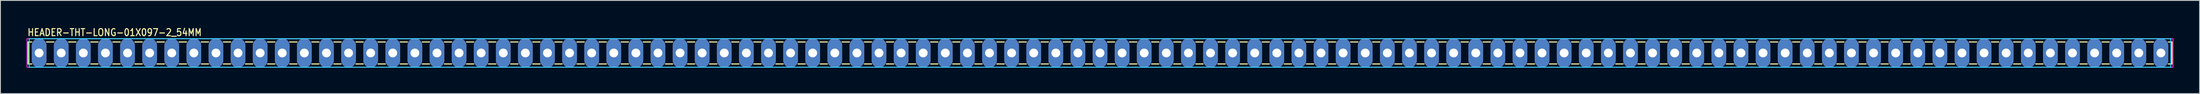
<source format=kicad_pcb>
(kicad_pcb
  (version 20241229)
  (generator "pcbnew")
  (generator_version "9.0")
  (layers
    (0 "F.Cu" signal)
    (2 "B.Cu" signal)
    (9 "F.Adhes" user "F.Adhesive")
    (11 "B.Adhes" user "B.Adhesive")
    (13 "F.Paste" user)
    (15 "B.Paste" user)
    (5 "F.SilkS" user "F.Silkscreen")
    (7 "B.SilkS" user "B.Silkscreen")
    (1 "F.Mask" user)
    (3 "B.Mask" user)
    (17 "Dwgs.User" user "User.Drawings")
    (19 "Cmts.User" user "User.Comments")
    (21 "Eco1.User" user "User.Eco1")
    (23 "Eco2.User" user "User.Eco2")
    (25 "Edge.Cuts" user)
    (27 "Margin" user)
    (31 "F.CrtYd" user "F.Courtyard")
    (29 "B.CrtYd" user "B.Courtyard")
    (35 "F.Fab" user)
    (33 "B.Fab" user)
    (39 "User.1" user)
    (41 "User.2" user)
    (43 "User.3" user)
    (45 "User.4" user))
  (footprint "HEADER-THT-LONG-01X097-2_54MM"
    (layer "F.Cu")
    (at 1.447 3.079)
    (property "Reference" "HEADER-THT-LONG-01X097-2_54MM" (at -1.4 -1.9 0) (unlocked yes) (layer "F.SilkS") (effects (font (size 0.813 0.695) (thickness 0.122)) (justify left bottom)))
    (fp_line (start -1.27 -1.27) (end -1.27 1.27) (stroke (width 0.127) (type solid)) (layer "F.SilkS"))
    (fp_line (start -1.27 1.27) (end -0.85 1.27) (stroke (width 0.127) (type solid)) (layer "F.SilkS"))
    (fp_line (start -0.85 -1.27) (end -1.27 -1.27) (stroke (width 0.127) (type solid)) (layer "F.SilkS"))
    (fp_line (start 0.85 -1.27) (end 1.69 -1.27) (stroke (width 0.127) (type solid)) (layer "F.SilkS"))
    (fp_line (start 0.85 1.27) (end 1.69 1.27) (stroke (width 0.127) (type solid)) (layer "F.SilkS"))
    (fp_line (start 3.39 -1.27) (end 4.23 -1.27) (stroke (width 0.127) (type solid)) (layer "F.SilkS"))
    (fp_line (start 3.39 1.27) (end 4.23 1.27) (stroke (width 0.127) (type solid)) (layer "F.SilkS"))
    (fp_line (start 5.93 -1.27) (end 6.77 -1.27) (stroke (width 0.127) (type solid)) (layer "F.SilkS"))
    (fp_line (start 5.93 1.27) (end 6.77 1.27) (stroke (width 0.127) (type solid)) (layer "F.SilkS"))
    (fp_line (start 8.47 -1.27) (end 9.31 -1.27) (stroke (width 0.127) (type solid)) (layer "F.SilkS"))
    (fp_line (start 8.47 1.27) (end 9.31 1.27) (stroke (width 0.127) (type solid)) (layer "F.SilkS"))
    (fp_line (start 11.01 -1.27) (end 11.85 -1.27) (stroke (width 0.127) (type solid)) (layer "F.SilkS"))
    (fp_line (start 11.01 1.27) (end 11.85 1.27) (stroke (width 0.127) (type solid)) (layer "F.SilkS"))
    (fp_line (start 13.55 -1.27) (end 14.39 -1.27) (stroke (width 0.127) (type solid)) (layer "F.SilkS"))
    (fp_line (start 13.55 1.27) (end 14.39 1.27) (stroke (width 0.127) (type solid)) (layer "F.SilkS"))
    (fp_line (start 16.09 -1.27) (end 16.93 -1.27) (stroke (width 0.127) (type solid)) (layer "F.SilkS"))
    (fp_line (start 16.09 1.27) (end 16.93 1.27) (stroke (width 0.127) (type solid)) (layer "F.SilkS"))
    (fp_line (start 18.63 -1.27) (end 19.47 -1.27) (stroke (width 0.127) (type solid)) (layer "F.SilkS"))
    (fp_line (start 18.63 1.27) (end 19.47 1.27) (stroke (width 0.127) (type solid)) (layer "F.SilkS"))
    (fp_line (start 21.17 -1.27) (end 22.01 -1.27) (stroke (width 0.127) (type solid)) (layer "F.SilkS"))
    (fp_line (start 21.17 1.27) (end 22.01 1.27) (stroke (width 0.127) (type solid)) (layer "F.SilkS"))
    (fp_line (start 23.71 -1.27) (end 24.55 -1.27) (stroke (width 0.127) (type solid)) (layer "F.SilkS"))
    (fp_line (start 23.71 1.27) (end 24.55 1.27) (stroke (width 0.127) (type solid)) (layer "F.SilkS"))
    (fp_line (start 26.25 -1.27) (end 27.09 -1.27) (stroke (width 0.127) (type solid)) (layer "F.SilkS"))
    (fp_line (start 26.25 1.27) (end 27.09 1.27) (stroke (width 0.127) (type solid)) (layer "F.SilkS"))
    (fp_line (start 28.79 -1.27) (end 29.63 -1.27) (stroke (width 0.127) (type solid)) (layer "F.SilkS"))
    (fp_line (start 28.79 1.27) (end 29.63 1.27) (stroke (width 0.127) (type solid)) (layer "F.SilkS"))
    (fp_line (start 31.33 -1.27) (end 32.17 -1.27) (stroke (width 0.127) (type solid)) (layer "F.SilkS"))
    (fp_line (start 31.33 1.27) (end 32.17 1.27) (stroke (width 0.127) (type solid)) (layer "F.SilkS"))
    (fp_line (start 33.87 -1.27) (end 34.71 -1.27) (stroke (width 0.127) (type solid)) (layer "F.SilkS"))
    (fp_line (start 33.87 1.27) (end 34.71 1.27) (stroke (width 0.127) (type solid)) (layer "F.SilkS"))
    (fp_line (start 36.41 -1.27) (end 37.25 -1.27) (stroke (width 0.127) (type solid)) (layer "F.SilkS"))
    (fp_line (start 36.41 1.27) (end 37.25 1.27) (stroke (width 0.127) (type solid)) (layer "F.SilkS"))
    (fp_line (start 38.95 -1.27) (end 39.79 -1.27) (stroke (width 0.127) (type solid)) (layer "F.SilkS"))
    (fp_line (start 38.95 1.27) (end 39.79 1.27) (stroke (width 0.127) (type solid)) (layer "F.SilkS"))
    (fp_line (start 41.49 -1.27) (end 42.33 -1.27) (stroke (width 0.127) (type solid)) (layer "F.SilkS"))
    (fp_line (start 41.49 1.27) (end 42.33 1.27) (stroke (width 0.127) (type solid)) (layer "F.SilkS"))
    (fp_line (start 44.03 -1.27) (end 44.87 -1.27) (stroke (width 0.127) (type solid)) (layer "F.SilkS"))
    (fp_line (start 44.03 1.27) (end 44.87 1.27) (stroke (width 0.127) (type solid)) (layer "F.SilkS"))
    (fp_line (start 46.57 -1.27) (end 47.41 -1.27) (stroke (width 0.127) (type solid)) (layer "F.SilkS"))
    (fp_line (start 46.57 1.27) (end 47.41 1.27) (stroke (width 0.127) (type solid)) (layer "F.SilkS"))
    (fp_line (start 49.11 -1.27) (end 49.95 -1.27) (stroke (width 0.127) (type solid)) (layer "F.SilkS"))
    (fp_line (start 49.11 1.27) (end 49.95 1.27) (stroke (width 0.127) (type solid)) (layer "F.SilkS"))
    (fp_line (start 51.65 -1.27) (end 52.49 -1.27) (stroke (width 0.127) (type solid)) (layer "F.SilkS"))
    (fp_line (start 51.65 1.27) (end 52.49 1.27) (stroke (width 0.127) (type solid)) (layer "F.SilkS"))
    (fp_line (start 54.19 -1.27) (end 55.03 -1.27) (stroke (width 0.127) (type solid)) (layer "F.SilkS"))
    (fp_line (start 54.19 1.27) (end 55.03 1.27) (stroke (width 0.127) (type solid)) (layer "F.SilkS"))
    (fp_line (start 56.73 -1.27) (end 57.57 -1.27) (stroke (width 0.127) (type solid)) (layer "F.SilkS"))
    (fp_line (start 56.73 1.27) (end 57.57 1.27) (stroke (width 0.127) (type solid)) (layer "F.SilkS"))
    (fp_line (start 59.27 -1.27) (end 60.11 -1.27) (stroke (width 0.127) (type solid)) (layer "F.SilkS"))
    (fp_line (start 59.27 1.27) (end 60.11 1.27) (stroke (width 0.127) (type solid)) (layer "F.SilkS"))
    (fp_line (start 61.81 -1.27) (end 62.65 -1.27) (stroke (width 0.127) (type solid)) (layer "F.SilkS"))
    (fp_line (start 61.81 1.27) (end 62.65 1.27) (stroke (width 0.127) (type solid)) (layer "F.SilkS"))
    (fp_line (start 64.35 -1.27) (end 65.19 -1.27) (stroke (width 0.127) (type solid)) (layer "F.SilkS"))
    (fp_line (start 64.35 1.27) (end 65.19 1.27) (stroke (width 0.127) (type solid)) (layer "F.SilkS"))
    (fp_line (start 66.89 -1.27) (end 67.73 -1.27) (stroke (width 0.127) (type solid)) (layer "F.SilkS"))
    (fp_line (start 66.89 1.27) (end 67.73 1.27) (stroke (width 0.127) (type solid)) (layer "F.SilkS"))
    (fp_line (start 69.43 -1.27) (end 70.27 -1.27) (stroke (width 0.127) (type solid)) (layer "F.SilkS"))
    (fp_line (start 69.43 1.27) (end 70.27 1.27) (stroke (width 0.127) (type solid)) (layer "F.SilkS"))
    (fp_line (start 71.97 -1.27) (end 72.81 -1.27) (stroke (width 0.127) (type solid)) (layer "F.SilkS"))
    (fp_line (start 71.97 1.27) (end 72.81 1.27) (stroke (width 0.127) (type solid)) (layer "F.SilkS"))
    (fp_line (start 74.51 -1.27) (end 75.35 -1.27) (stroke (width 0.127) (type solid)) (layer "F.SilkS"))
    (fp_line (start 74.51 1.27) (end 75.35 1.27) (stroke (width 0.127) (type solid)) (layer "F.SilkS"))
    (fp_line (start 77.05 -1.27) (end 77.89 -1.27) (stroke (width 0.127) (type solid)) (layer "F.SilkS"))
    (fp_line (start 77.05 1.27) (end 77.89 1.27) (stroke (width 0.127) (type solid)) (layer "F.SilkS"))
    (fp_line (start 79.59 -1.27) (end 80.43 -1.27) (stroke (width 0.127) (type solid)) (layer "F.SilkS"))
    (fp_line (start 79.59 1.27) (end 80.43 1.27) (stroke (width 0.127) (type solid)) (layer "F.SilkS"))
    (fp_line (start 82.13 -1.27) (end 82.97 -1.27) (stroke (width 0.127) (type solid)) (layer "F.SilkS"))
    (fp_line (start 82.13 1.27) (end 82.97 1.27) (stroke (width 0.127) (type solid)) (layer "F.SilkS"))
    (fp_line (start 84.67 -1.27) (end 85.51 -1.27) (stroke (width 0.127) (type solid)) (layer "F.SilkS"))
    (fp_line (start 84.67 1.27) (end 85.51 1.27) (stroke (width 0.127) (type solid)) (layer "F.SilkS"))
    (fp_line (start 87.21 -1.27) (end 88.05 -1.27) (stroke (width 0.127) (type solid)) (layer "F.SilkS"))
    (fp_line (start 87.21 1.27) (end 88.05 1.27) (stroke (width 0.127) (type solid)) (layer "F.SilkS"))
    (fp_line (start 89.75 -1.27) (end 90.59 -1.27) (stroke (width 0.127) (type solid)) (layer "F.SilkS"))
    (fp_line (start 89.75 1.27) (end 90.59 1.27) (stroke (width 0.127) (type solid)) (layer "F.SilkS"))
    (fp_line (start 92.29 -1.27) (end 93.13 -1.27) (stroke (width 0.127) (type solid)) (layer "F.SilkS"))
    (fp_line (start 92.29 1.27) (end 93.13 1.27) (stroke (width 0.127) (type solid)) (layer "F.SilkS"))
    (fp_line (start 94.83 -1.27) (end 95.67 -1.27) (stroke (width 0.127) (type solid)) (layer "F.SilkS"))
    (fp_line (start 94.83 1.27) (end 95.67 1.27) (stroke (width 0.127) (type solid)) (layer "F.SilkS"))
    (fp_line (start 97.37 -1.27) (end 98.21 -1.27) (stroke (width 0.127) (type solid)) (layer "F.SilkS"))
    (fp_line (start 97.37 1.27) (end 98.21 1.27) (stroke (width 0.127) (type solid)) (layer "F.SilkS"))
    (fp_line (start 99.91 -1.27) (end 100.75 -1.27) (stroke (width 0.127) (type solid)) (layer "F.SilkS"))
    (fp_line (start 99.91 1.27) (end 100.75 1.27) (stroke (width 0.127) (type solid)) (layer "F.SilkS"))
    (fp_line (start 102.45 -1.27) (end 103.29 -1.27) (stroke (width 0.127) (type solid)) (layer "F.SilkS"))
    (fp_line (start 102.45 1.27) (end 103.29 1.27) (stroke (width 0.127) (type solid)) (layer "F.SilkS"))
    (fp_line (start 104.99 -1.27) (end 105.83 -1.27) (stroke (width 0.127) (type solid)) (layer "F.SilkS"))
    (fp_line (start 104.99 1.27) (end 105.83 1.27) (stroke (width 0.127) (type solid)) (layer "F.SilkS"))
    (fp_line (start 107.53 -1.27) (end 108.37 -1.27) (stroke (width 0.127) (type solid)) (layer "F.SilkS"))
    (fp_line (start 107.53 1.27) (end 108.37 1.27) (stroke (width 0.127) (type solid)) (layer "F.SilkS"))
    (fp_line (start 110.07 -1.27) (end 110.91 -1.27) (stroke (width 0.127) (type solid)) (layer "F.SilkS"))
    (fp_line (start 110.07 1.27) (end 110.91 1.27) (stroke (width 0.127) (type solid)) (layer "F.SilkS"))
    (fp_line (start 112.61 -1.27) (end 113.45 -1.27) (stroke (width 0.127) (type solid)) (layer "F.SilkS"))
    (fp_line (start 112.61 1.27) (end 113.45 1.27) (stroke (width 0.127) (type solid)) (layer "F.SilkS"))
    (fp_line (start 115.15 -1.27) (end 115.99 -1.27) (stroke (width 0.127) (type solid)) (layer "F.SilkS"))
    (fp_line (start 115.15 1.27) (end 115.99 1.27) (stroke (width 0.127) (type solid)) (layer "F.SilkS"))
    (fp_line (start 117.69 -1.27) (end 118.53 -1.27) (stroke (width 0.127) (type solid)) (layer "F.SilkS"))
    (fp_line (start 117.69 1.27) (end 118.53 1.27) (stroke (width 0.127) (type solid)) (layer "F.SilkS"))
    (fp_line (start 120.23 -1.27) (end 121.07 -1.27) (stroke (width 0.127) (type solid)) (layer "F.SilkS"))
    (fp_line (start 120.23 1.27) (end 121.07 1.27) (stroke (width 0.127) (type solid)) (layer "F.SilkS"))
    (fp_line (start 122.77 -1.27) (end 123.61 -1.27) (stroke (width 0.127) (type solid)) (layer "F.SilkS"))
    (fp_line (start 122.77 1.27) (end 123.61 1.27) (stroke (width 0.127) (type solid)) (layer "F.SilkS"))
    (fp_line (start 125.31 -1.27) (end 126.15 -1.27) (stroke (width 0.127) (type solid)) (layer "F.SilkS"))
    (fp_line (start 125.31 1.27) (end 126.15 1.27) (stroke (width 0.127) (type solid)) (layer "F.SilkS"))
    (fp_line (start 127.85 -1.27) (end 128.69 -1.27) (stroke (width 0.127) (type solid)) (layer "F.SilkS"))
    (fp_line (start 127.85 1.27) (end 128.69 1.27) (stroke (width 0.127) (type solid)) (layer "F.SilkS"))
    (fp_line (start 130.39 -1.27) (end 131.23 -1.27) (stroke (width 0.127) (type solid)) (layer "F.SilkS"))
    (fp_line (start 130.39 1.27) (end 131.23 1.27) (stroke (width 0.127) (type solid)) (layer "F.SilkS"))
    (fp_line (start 132.93 -1.27) (end 133.77 -1.27) (stroke (width 0.127) (type solid)) (layer "F.SilkS"))
    (fp_line (start 132.93 1.27) (end 133.77 1.27) (stroke (width 0.127) (type solid)) (layer "F.SilkS"))
    (fp_line (start 135.47 -1.27) (end 136.31 -1.27) (stroke (width 0.127) (type solid)) (layer "F.SilkS"))
    (fp_line (start 135.47 1.27) (end 136.31 1.27) (stroke (width 0.127) (type solid)) (layer "F.SilkS"))
    (fp_line (start 138.01 -1.27) (end 138.85 -1.27) (stroke (width 0.127) (type solid)) (layer "F.SilkS"))
    (fp_line (start 138.01 1.27) (end 138.85 1.27) (stroke (width 0.127) (type solid)) (layer "F.SilkS"))
    (fp_line (start 140.55 -1.27) (end 141.39 -1.27) (stroke (width 0.127) (type solid)) (layer "F.SilkS"))
    (fp_line (start 140.55 1.27) (end 141.39 1.27) (stroke (width 0.127) (type solid)) (layer "F.SilkS"))
    (fp_line (start 143.09 -1.27) (end 143.93 -1.27) (stroke (width 0.127) (type solid)) (layer "F.SilkS"))
    (fp_line (start 143.09 1.27) (end 143.93 1.27) (stroke (width 0.127) (type solid)) (layer "F.SilkS"))
    (fp_line (start 145.63 -1.27) (end 146.47 -1.27) (stroke (width 0.127) (type solid)) (layer "F.SilkS"))
    (fp_line (start 145.63 1.27) (end 146.47 1.27) (stroke (width 0.127) (type solid)) (layer "F.SilkS"))
    (fp_line (start 148.17 -1.27) (end 149.01 -1.27) (stroke (width 0.127) (type solid)) (layer "F.SilkS"))
    (fp_line (start 148.17 1.27) (end 149.01 1.27) (stroke (width 0.127) (type solid)) (layer "F.SilkS"))
    (fp_line (start 150.71 -1.27) (end 151.55 -1.27) (stroke (width 0.127) (type solid)) (layer "F.SilkS"))
    (fp_line (start 150.71 1.27) (end 151.55 1.27) (stroke (width 0.127) (type solid)) (layer "F.SilkS"))
    (fp_line (start 153.25 -1.27) (end 154.09 -1.27) (stroke (width 0.127) (type solid)) (layer "F.SilkS"))
    (fp_line (start 153.25 1.27) (end 154.09 1.27) (stroke (width 0.127) (type solid)) (layer "F.SilkS"))
    (fp_line (start 155.79 -1.27) (end 156.63 -1.27) (stroke (width 0.127) (type solid)) (layer "F.SilkS"))
    (fp_line (start 155.79 1.27) (end 156.63 1.27) (stroke (width 0.127) (type solid)) (layer "F.SilkS"))
    (fp_line (start 158.33 -1.27) (end 159.17 -1.27) (stroke (width 0.127) (type solid)) (layer "F.SilkS"))
    (fp_line (start 158.33 1.27) (end 159.17 1.27) (stroke (width 0.127) (type solid)) (layer "F.SilkS"))
    (fp_line (start 160.87 -1.27) (end 161.71 -1.27) (stroke (width 0.127) (type solid)) (layer "F.SilkS"))
    (fp_line (start 160.87 1.27) (end 161.71 1.27) (stroke (width 0.127) (type solid)) (layer "F.SilkS"))
    (fp_line (start 163.41 -1.27) (end 164.25 -1.27) (stroke (width 0.127) (type solid)) (layer "F.SilkS"))
    (fp_line (start 163.41 1.27) (end 164.25 1.27) (stroke (width 0.127) (type solid)) (layer "F.SilkS"))
    (fp_line (start 165.95 -1.27) (end 166.79 -1.27) (stroke (width 0.127) (type solid)) (layer "F.SilkS"))
    (fp_line (start 165.95 1.27) (end 166.79 1.27) (stroke (width 0.127) (type solid)) (layer "F.SilkS"))
    (fp_line (start 168.49 -1.27) (end 169.33 -1.27) (stroke (width 0.127) (type solid)) (layer "F.SilkS"))
    (fp_line (start 168.49 1.27) (end 169.33 1.27) (stroke (width 0.127) (type solid)) (layer "F.SilkS"))
    (fp_line (start 171.03 -1.27) (end 171.87 -1.27) (stroke (width 0.127) (type solid)) (layer "F.SilkS"))
    (fp_line (start 171.03 1.27) (end 171.87 1.27) (stroke (width 0.127) (type solid)) (layer "F.SilkS"))
    (fp_line (start 173.57 -1.27) (end 174.41 -1.27) (stroke (width 0.127) (type solid)) (layer "F.SilkS"))
    (fp_line (start 173.57 1.27) (end 174.41 1.27) (stroke (width 0.127) (type solid)) (layer "F.SilkS"))
    (fp_line (start 176.11 -1.27) (end 176.95 -1.27) (stroke (width 0.127) (type solid)) (layer "F.SilkS"))
    (fp_line (start 176.11 1.27) (end 176.95 1.27) (stroke (width 0.127) (type solid)) (layer "F.SilkS"))
    (fp_line (start 178.65 -1.27) (end 179.49 -1.27) (stroke (width 0.127) (type solid)) (layer "F.SilkS"))
    (fp_line (start 178.65 1.27) (end 179.49 1.27) (stroke (width 0.127) (type solid)) (layer "F.SilkS"))
    (fp_line (start 181.19 -1.27) (end 182.03 -1.27) (stroke (width 0.127) (type solid)) (layer "F.SilkS"))
    (fp_line (start 181.19 1.27) (end 182.03 1.27) (stroke (width 0.127) (type solid)) (layer "F.SilkS"))
    (fp_line (start 183.73 -1.27) (end 184.57 -1.27) (stroke (width 0.127) (type solid)) (layer "F.SilkS"))
    (fp_line (start 183.73 1.27) (end 184.57 1.27) (stroke (width 0.127) (type solid)) (layer "F.SilkS"))
    (fp_line (start 186.27 -1.27) (end 187.11 -1.27) (stroke (width 0.127) (type solid)) (layer "F.SilkS"))
    (fp_line (start 186.27 1.27) (end 187.11 1.27) (stroke (width 0.127) (type solid)) (layer "F.SilkS"))
    (fp_line (start 188.81 -1.27) (end 189.65 -1.27) (stroke (width 0.127) (type solid)) (layer "F.SilkS"))
    (fp_line (start 188.81 1.27) (end 189.65 1.27) (stroke (width 0.127) (type solid)) (layer "F.SilkS"))
    (fp_line (start 191.35 -1.27) (end 192.19 -1.27) (stroke (width 0.127) (type solid)) (layer "F.SilkS"))
    (fp_line (start 191.35 1.27) (end 192.19 1.27) (stroke (width 0.127) (type solid)) (layer "F.SilkS"))
    (fp_line (start 193.89 -1.27) (end 194.73 -1.27) (stroke (width 0.127) (type solid)) (layer "F.SilkS"))
    (fp_line (start 193.89 1.27) (end 194.73 1.27) (stroke (width 0.127) (type solid)) (layer "F.SilkS"))
    (fp_line (start 196.43 -1.27) (end 197.27 -1.27) (stroke (width 0.127) (type solid)) (layer "F.SilkS"))
    (fp_line (start 196.43 1.27) (end 197.27 1.27) (stroke (width 0.127) (type solid)) (layer "F.SilkS"))
    (fp_line (start 198.97 -1.27) (end 199.81 -1.27) (stroke (width 0.127) (type solid)) (layer "F.SilkS"))
    (fp_line (start 198.97 1.27) (end 199.81 1.27) (stroke (width 0.127) (type solid)) (layer "F.SilkS"))
    (fp_line (start 201.51 -1.27) (end 202.35 -1.27) (stroke (width 0.127) (type solid)) (layer "F.SilkS"))
    (fp_line (start 201.51 1.27) (end 202.35 1.27) (stroke (width 0.127) (type solid)) (layer "F.SilkS"))
    (fp_line (start 204.05 -1.27) (end 204.89 -1.27) (stroke (width 0.127) (type solid)) (layer "F.SilkS"))
    (fp_line (start 204.05 1.27) (end 204.89 1.27) (stroke (width 0.127) (type solid)) (layer "F.SilkS"))
    (fp_line (start 206.59 -1.27) (end 207.43 -1.27) (stroke (width 0.127) (type solid)) (layer "F.SilkS"))
    (fp_line (start 206.59 1.27) (end 207.43 1.27) (stroke (width 0.127) (type solid)) (layer "F.SilkS"))
    (fp_line (start 209.13 -1.27) (end 209.97 -1.27) (stroke (width 0.127) (type solid)) (layer "F.SilkS"))
    (fp_line (start 209.13 1.27) (end 209.97 1.27) (stroke (width 0.127) (type solid)) (layer "F.SilkS"))
    (fp_line (start 211.67 -1.27) (end 212.51 -1.27) (stroke (width 0.127) (type solid)) (layer "F.SilkS"))
    (fp_line (start 211.67 1.27) (end 212.51 1.27) (stroke (width 0.127) (type solid)) (layer "F.SilkS"))
    (fp_line (start 214.21 -1.27) (end 215.05 -1.27) (stroke (width 0.127) (type solid)) (layer "F.SilkS"))
    (fp_line (start 214.21 1.27) (end 215.05 1.27) (stroke (width 0.127) (type solid)) (layer "F.SilkS"))
    (fp_line (start 216.75 -1.27) (end 217.59 -1.27) (stroke (width 0.127) (type solid)) (layer "F.SilkS"))
    (fp_line (start 216.75 1.27) (end 217.59 1.27) (stroke (width 0.127) (type solid)) (layer "F.SilkS"))
    (fp_line (start 219.29 -1.27) (end 220.13 -1.27) (stroke (width 0.127) (type solid)) (layer "F.SilkS"))
    (fp_line (start 219.29 1.27) (end 220.13 1.27) (stroke (width 0.127) (type solid)) (layer "F.SilkS"))
    (fp_line (start 221.83 -1.27) (end 222.67 -1.27) (stroke (width 0.127) (type solid)) (layer "F.SilkS"))
    (fp_line (start 221.83 1.27) (end 222.67 1.27) (stroke (width 0.127) (type solid)) (layer "F.SilkS"))
    (fp_line (start 224.37 -1.27) (end 225.21 -1.27) (stroke (width 0.127) (type solid)) (layer "F.SilkS"))
    (fp_line (start 224.37 1.27) (end 225.21 1.27) (stroke (width 0.127) (type solid)) (layer "F.SilkS"))
    (fp_line (start 226.91 -1.27) (end 227.75 -1.27) (stroke (width 0.127) (type solid)) (layer "F.SilkS"))
    (fp_line (start 226.91 1.27) (end 227.75 1.27) (stroke (width 0.127) (type solid)) (layer "F.SilkS"))
    (fp_line (start 229.45 -1.27) (end 230.29 -1.27) (stroke (width 0.127) (type solid)) (layer "F.SilkS"))
    (fp_line (start 229.45 1.27) (end 230.29 1.27) (stroke (width 0.127) (type solid)) (layer "F.SilkS"))
    (fp_line (start 231.99 -1.27) (end 232.83 -1.27) (stroke (width 0.127) (type solid)) (layer "F.SilkS"))
    (fp_line (start 231.99 1.27) (end 232.83 1.27) (stroke (width 0.127) (type solid)) (layer "F.SilkS"))
    (fp_line (start 234.53 -1.27) (end 235.37 -1.27) (stroke (width 0.127) (type solid)) (layer "F.SilkS"))
    (fp_line (start 234.53 1.27) (end 235.37 1.27) (stroke (width 0.127) (type solid)) (layer "F.SilkS"))
    (fp_line (start 237.07 -1.27) (end 237.91 -1.27) (stroke (width 0.127) (type solid)) (layer "F.SilkS"))
    (fp_line (start 237.07 1.27) (end 237.91 1.27) (stroke (width 0.127) (type solid)) (layer "F.SilkS"))
    (fp_line (start 239.61 -1.27) (end 240.45 -1.27) (stroke (width 0.127) (type solid)) (layer "F.SilkS"))
    (fp_line (start 239.61 1.27) (end 240.45 1.27) (stroke (width 0.127) (type solid)) (layer "F.SilkS"))
    (fp_line (start 242.15 -1.27) (end 242.99 -1.27) (stroke (width 0.127) (type solid)) (layer "F.SilkS"))
    (fp_line (start 242.15 1.27) (end 242.99 1.27) (stroke (width 0.127) (type solid)) (layer "F.SilkS"))
    (fp_line (start 244.69 -1.27) (end 245.11 -1.27) (stroke (width 0.127) (type solid)) (layer "F.SilkS"))
    (fp_line (start 245.11 -1.27) (end 245.11 1.27) (stroke (width 0.127) (type solid)) (layer "F.SilkS"))
    (fp_line (start 245.11 1.27) (end 244.69 1.27) (stroke (width 0.127) (type solid)) (layer "F.SilkS"))
    (fp_poly (pts (xy -1.143 -1.651) (xy 244.983 -1.651) (xy 244.983 1.651) (xy -1.143 1.651)) (stroke (width 0.1) (type solid)) (fill no) (layer "B.CrtYd"))
    (fp_poly (pts (xy -1.397 -1.651) (xy 245.237 -1.651) (xy 245.237 1.651) (xy -1.397 1.651)) (stroke (width 0.1) (type solid)) (fill no) (layer "F.CrtYd"))
    (pad "P$1" thru_hole oval (at 0 0 90) (size 3.387 1.693) (drill 1.016) (layers "*.Cu" "*.Mask"))
    (pad "P$2" thru_hole oval (at 2.54 0 90) (size 3.387 1.693) (drill 1.016) (layers "*.Cu" "*.Mask"))
    (pad "P$3" thru_hole oval (at 5.08 0 90) (size 3.387 1.693) (drill 1.016) (layers "*.Cu" "*.Mask"))
    (pad "P$4" thru_hole oval (at 7.62 0 90) (size 3.387 1.693) (drill 1.016) (layers "*.Cu" "*.Mask"))
    (pad "P$5" thru_hole oval (at 10.16 0 90) (size 3.387 1.693) (drill 1.016) (layers "*.Cu" "*.Mask"))
    (pad "P$6" thru_hole oval (at 12.7 0 90) (size 3.387 1.693) (drill 1.016) (layers "*.Cu" "*.Mask"))
    (pad "P$7" thru_hole oval (at 15.24 0 90) (size 3.387 1.693) (drill 1.016) (layers "*.Cu" "*.Mask"))
    (pad "P$8" thru_hole oval (at 17.78 0 90) (size 3.387 1.693) (drill 1.016) (layers "*.Cu" "*.Mask"))
    (pad "P$9" thru_hole oval (at 20.32 0 90) (size 3.387 1.693) (drill 1.016) (layers "*.Cu" "*.Mask"))
    (pad "P$10" thru_hole oval (at 22.86 0 90) (size 3.387 1.693) (drill 1.016) (layers "*.Cu" "*.Mask"))
    (pad "P$11" thru_hole oval (at 25.4 0 90) (size 3.387 1.693) (drill 1.016) (layers "*.Cu" "*.Mask"))
    (pad "P$12" thru_hole oval (at 27.94 0 90) (size 3.387 1.693) (drill 1.016) (layers "*.Cu" "*.Mask"))
    (pad "P$13" thru_hole oval (at 30.48 0 90) (size 3.387 1.693) (drill 1.016) (layers "*.Cu" "*.Mask"))
    (pad "P$14" thru_hole oval (at 33.02 0 90) (size 3.387 1.693) (drill 1.016) (layers "*.Cu" "*.Mask"))
    (pad "P$15" thru_hole oval (at 35.56 0 90) (size 3.387 1.693) (drill 1.016) (layers "*.Cu" "*.Mask"))
    (pad "P$16" thru_hole oval (at 38.1 0 90) (size 3.387 1.693) (drill 1.016) (layers "*.Cu" "*.Mask"))
    (pad "P$17" thru_hole oval (at 40.64 0 90) (size 3.387 1.693) (drill 1.016) (layers "*.Cu" "*.Mask"))
    (pad "P$18" thru_hole oval (at 43.18 0 90) (size 3.387 1.693) (drill 1.016) (layers "*.Cu" "*.Mask"))
    (pad "P$19" thru_hole oval (at 45.72 0 90) (size 3.387 1.693) (drill 1.016) (layers "*.Cu" "*.Mask"))
    (pad "P$20" thru_hole oval (at 48.26 0 90) (size 3.387 1.693) (drill 1.016) (layers "*.Cu" "*.Mask"))
    (pad "P$21" thru_hole oval (at 50.8 0 90) (size 3.387 1.693) (drill 1.016) (layers "*.Cu" "*.Mask"))
    (pad "P$22" thru_hole oval (at 53.34 0 90) (size 3.387 1.693) (drill 1.016) (layers "*.Cu" "*.Mask"))
    (pad "P$23" thru_hole oval (at 55.88 0 90) (size 3.387 1.693) (drill 1.016) (layers "*.Cu" "*.Mask"))
    (pad "P$24" thru_hole oval (at 58.42 0 90) (size 3.387 1.693) (drill 1.016) (layers "*.Cu" "*.Mask"))
    (pad "P$25" thru_hole oval (at 60.96 0 90) (size 3.387 1.693) (drill 1.016) (layers "*.Cu" "*.Mask"))
    (pad "P$26" thru_hole oval (at 63.5 0 90) (size 3.387 1.693) (drill 1.016) (layers "*.Cu" "*.Mask"))
    (pad "P$27" thru_hole oval (at 66.04 0 90) (size 3.387 1.693) (drill 1.016) (layers "*.Cu" "*.Mask"))
    (pad "P$28" thru_hole oval (at 68.58 0 90) (size 3.387 1.693) (drill 1.016) (layers "*.Cu" "*.Mask"))
    (pad "P$29" thru_hole oval (at 71.12 0 90) (size 3.387 1.693) (drill 1.016) (layers "*.Cu" "*.Mask"))
    (pad "P$30" thru_hole oval (at 73.66 0 90) (size 3.387 1.693) (drill 1.016) (layers "*.Cu" "*.Mask"))
    (pad "P$31" thru_hole oval (at 76.2 0 90) (size 3.387 1.693) (drill 1.016) (layers "*.Cu" "*.Mask"))
    (pad "P$32" thru_hole oval (at 78.74 0 90) (size 3.387 1.693) (drill 1.016) (layers "*.Cu" "*.Mask"))
    (pad "P$33" thru_hole oval (at 81.28 0 90) (size 3.387 1.693) (drill 1.016) (layers "*.Cu" "*.Mask"))
    (pad "P$34" thru_hole oval (at 83.82 0 90) (size 3.387 1.693) (drill 1.016) (layers "*.Cu" "*.Mask"))
    (pad "P$35" thru_hole oval (at 86.36 0 90) (size 3.387 1.693) (drill 1.016) (layers "*.Cu" "*.Mask"))
    (pad "P$36" thru_hole oval (at 88.9 0 90) (size 3.387 1.693) (drill 1.016) (layers "*.Cu" "*.Mask"))
    (pad "P$37" thru_hole oval (at 91.44 0 90) (size 3.387 1.693) (drill 1.016) (layers "*.Cu" "*.Mask"))
    (pad "P$38" thru_hole oval (at 93.98 0 90) (size 3.387 1.693) (drill 1.016) (layers "*.Cu" "*.Mask"))
    (pad "P$39" thru_hole oval (at 96.52 0 90) (size 3.387 1.693) (drill 1.016) (layers "*.Cu" "*.Mask"))
    (pad "P$40" thru_hole oval (at 99.06 0 90) (size 3.387 1.693) (drill 1.016) (layers "*.Cu" "*.Mask"))
    (pad "P$41" thru_hole oval (at 101.6 0 90) (size 3.387 1.693) (drill 1.016) (layers "*.Cu" "*.Mask"))
    (pad "P$42" thru_hole oval (at 104.14 0 90) (size 3.387 1.693) (drill 1.016) (layers "*.Cu" "*.Mask"))
    (pad "P$43" thru_hole oval (at 106.68 0 90) (size 3.387 1.693) (drill 1.016) (layers "*.Cu" "*.Mask"))
    (pad "P$44" thru_hole oval (at 109.22 0 90) (size 3.387 1.693) (drill 1.016) (layers "*.Cu" "*.Mask"))
    (pad "P$45" thru_hole oval (at 111.76 0 90) (size 3.387 1.693) (drill 1.016) (layers "*.Cu" "*.Mask"))
    (pad "P$46" thru_hole oval (at 114.3 0 90) (size 3.387 1.693) (drill 1.016) (layers "*.Cu" "*.Mask"))
    (pad "P$47" thru_hole oval (at 116.84 0 90) (size 3.387 1.693) (drill 1.016) (layers "*.Cu" "*.Mask"))
    (pad "P$48" thru_hole oval (at 119.38 0 90) (size 3.387 1.693) (drill 1.016) (layers "*.Cu" "*.Mask"))
    (pad "P$49" thru_hole oval (at 121.92 0 90) (size 3.387 1.693) (drill 1.016) (layers "*.Cu" "*.Mask"))
    (pad "P$50" thru_hole oval (at 124.46 0 90) (size 3.387 1.693) (drill 1.016) (layers "*.Cu" "*.Mask"))
    (pad "P$51" thru_hole oval (at 127 0 90) (size 3.387 1.693) (drill 1.016) (layers "*.Cu" "*.Mask"))
    (pad "P$52" thru_hole oval (at 129.54 0 90) (size 3.387 1.693) (drill 1.016) (layers "*.Cu" "*.Mask"))
    (pad "P$53" thru_hole oval (at 132.08 0 90) (size 3.387 1.693) (drill 1.016) (layers "*.Cu" "*.Mask"))
    (pad "P$54" thru_hole oval (at 134.62 0 90) (size 3.387 1.693) (drill 1.016) (layers "*.Cu" "*.Mask"))
    (pad "P$55" thru_hole oval (at 137.16 0 90) (size 3.387 1.693) (drill 1.016) (layers "*.Cu" "*.Mask"))
    (pad "P$56" thru_hole oval (at 139.7 0 90) (size 3.387 1.693) (drill 1.016) (layers "*.Cu" "*.Mask"))
    (pad "P$57" thru_hole oval (at 142.24 0 90) (size 3.387 1.693) (drill 1.016) (layers "*.Cu" "*.Mask"))
    (pad "P$58" thru_hole oval (at 144.78 0 90) (size 3.387 1.693) (drill 1.016) (layers "*.Cu" "*.Mask"))
    (pad "P$59" thru_hole oval (at 147.32 0 90) (size 3.387 1.693) (drill 1.016) (layers "*.Cu" "*.Mask"))
    (pad "P$60" thru_hole oval (at 149.86 0 90) (size 3.387 1.693) (drill 1.016) (layers "*.Cu" "*.Mask"))
    (pad "P$61" thru_hole oval (at 152.4 0 90) (size 3.387 1.693) (drill 1.016) (layers "*.Cu" "*.Mask"))
    (pad "P$62" thru_hole oval (at 154.94 0 90) (size 3.387 1.693) (drill 1.016) (layers "*.Cu" "*.Mask"))
    (pad "P$63" thru_hole oval (at 157.48 0 90) (size 3.387 1.693) (drill 1.016) (layers "*.Cu" "*.Mask"))
    (pad "P$64" thru_hole oval (at 160.02 0 90) (size 3.387 1.693) (drill 1.016) (layers "*.Cu" "*.Mask"))
    (pad "P$65" thru_hole oval (at 162.56 0 90) (size 3.387 1.693) (drill 1.016) (layers "*.Cu" "*.Mask"))
    (pad "P$66" thru_hole oval (at 165.1 0 90) (size 3.387 1.693) (drill 1.016) (layers "*.Cu" "*.Mask"))
    (pad "P$67" thru_hole oval (at 167.64 0 90) (size 3.387 1.693) (drill 1.016) (layers "*.Cu" "*.Mask"))
    (pad "P$68" thru_hole oval (at 170.18 0 90) (size 3.387 1.693) (drill 1.016) (layers "*.Cu" "*.Mask"))
    (pad "P$69" thru_hole oval (at 172.72 0 90) (size 3.387 1.693) (drill 1.016) (layers "*.Cu" "*.Mask"))
    (pad "P$70" thru_hole oval (at 175.26 0 90) (size 3.387 1.693) (drill 1.016) (layers "*.Cu" "*.Mask"))
    (pad "P$71" thru_hole oval (at 177.8 0 90) (size 3.387 1.693) (drill 1.016) (layers "*.Cu" "*.Mask"))
    (pad "P$72" thru_hole oval (at 180.34 0 90) (size 3.387 1.693) (drill 1.016) (layers "*.Cu" "*.Mask"))
    (pad "P$73" thru_hole oval (at 182.88 0 90) (size 3.387 1.693) (drill 1.016) (layers "*.Cu" "*.Mask"))
    (pad "P$74" thru_hole oval (at 185.42 0 90) (size 3.387 1.693) (drill 1.016) (layers "*.Cu" "*.Mask"))
    (pad "P$75" thru_hole oval (at 187.96 0 90) (size 3.387 1.693) (drill 1.016) (layers "*.Cu" "*.Mask"))
    (pad "P$76" thru_hole oval (at 190.5 0 90) (size 3.387 1.693) (drill 1.016) (layers "*.Cu" "*.Mask"))
    (pad "P$77" thru_hole oval (at 193.04 0 90) (size 3.387 1.693) (drill 1.016) (layers "*.Cu" "*.Mask"))
    (pad "P$78" thru_hole oval (at 195.58 0 90) (size 3.387 1.693) (drill 1.016) (layers "*.Cu" "*.Mask"))
    (pad "P$79" thru_hole oval (at 198.12 0 90) (size 3.387 1.693) (drill 1.016) (layers "*.Cu" "*.Mask"))
    (pad "P$80" thru_hole oval (at 200.66 0 90) (size 3.387 1.693) (drill 1.016) (layers "*.Cu" "*.Mask"))
    (pad "P$81" thru_hole oval (at 203.2 0 90) (size 3.387 1.693) (drill 1.016) (layers "*.Cu" "*.Mask"))
    (pad "P$82" thru_hole oval (at 205.74 0 90) (size 3.387 1.693) (drill 1.016) (layers "*.Cu" "*.Mask"))
    (pad "P$83" thru_hole oval (at 208.28 0 90) (size 3.387 1.693) (drill 1.016) (layers "*.Cu" "*.Mask"))
    (pad "P$84" thru_hole oval (at 210.82 0 90) (size 3.387 1.693) (drill 1.016) (layers "*.Cu" "*.Mask"))
    (pad "P$85" thru_hole oval (at 213.36 0 90) (size 3.387 1.693) (drill 1.016) (layers "*.Cu" "*.Mask"))
    (pad "P$86" thru_hole oval (at 215.9 0 90) (size 3.387 1.693) (drill 1.016) (layers "*.Cu" "*.Mask"))
    (pad "P$87" thru_hole oval (at 218.44 0 90) (size 3.387 1.693) (drill 1.016) (layers "*.Cu" "*.Mask"))
    (pad "P$88" thru_hole oval (at 220.98 0 90) (size 3.387 1.693) (drill 1.016) (layers "*.Cu" "*.Mask"))
    (pad "P$89" thru_hole oval (at 223.52 0 90) (size 3.387 1.693) (drill 1.016) (layers "*.Cu" "*.Mask"))
    (pad "P$90" thru_hole oval (at 226.06 0 90) (size 3.387 1.693) (drill 1.016) (layers "*.Cu" "*.Mask"))
    (pad "P$91" thru_hole oval (at 228.6 0 90) (size 3.387 1.693) (drill 1.016) (layers "*.Cu" "*.Mask"))
    (pad "P$92" thru_hole oval (at 231.14 0 90) (size 3.387 1.693) (drill 1.016) (layers "*.Cu" "*.Mask"))
    (pad "P$93" thru_hole oval (at 233.68 0 90) (size 3.387 1.693) (drill 1.016) (layers "*.Cu" "*.Mask"))
    (pad "P$94" thru_hole oval (at 236.22 0 90) (size 3.387 1.693) (drill 1.016) (layers "*.Cu" "*.Mask"))
    (pad "P$95" thru_hole oval (at 238.76 0 90) (size 3.387 1.693) (drill 1.016) (layers "*.Cu" "*.Mask"))
    (pad "P$96" thru_hole oval (at 241.3 0 90) (size 3.387 1.693) (drill 1.016) (layers "*.Cu" "*.Mask"))
    (pad "P$97" thru_hole oval (at 243.84 0 90) (size 3.387 1.693) (drill 1.016) (layers "*.Cu" "*.Mask")))
  (gr_rect
    (start -3 -3)
    (end 249.734 7.78)
    (stroke (width 0.1) (type default))
    (fill no)
    (layer "Edge.Cuts")))
</source>
